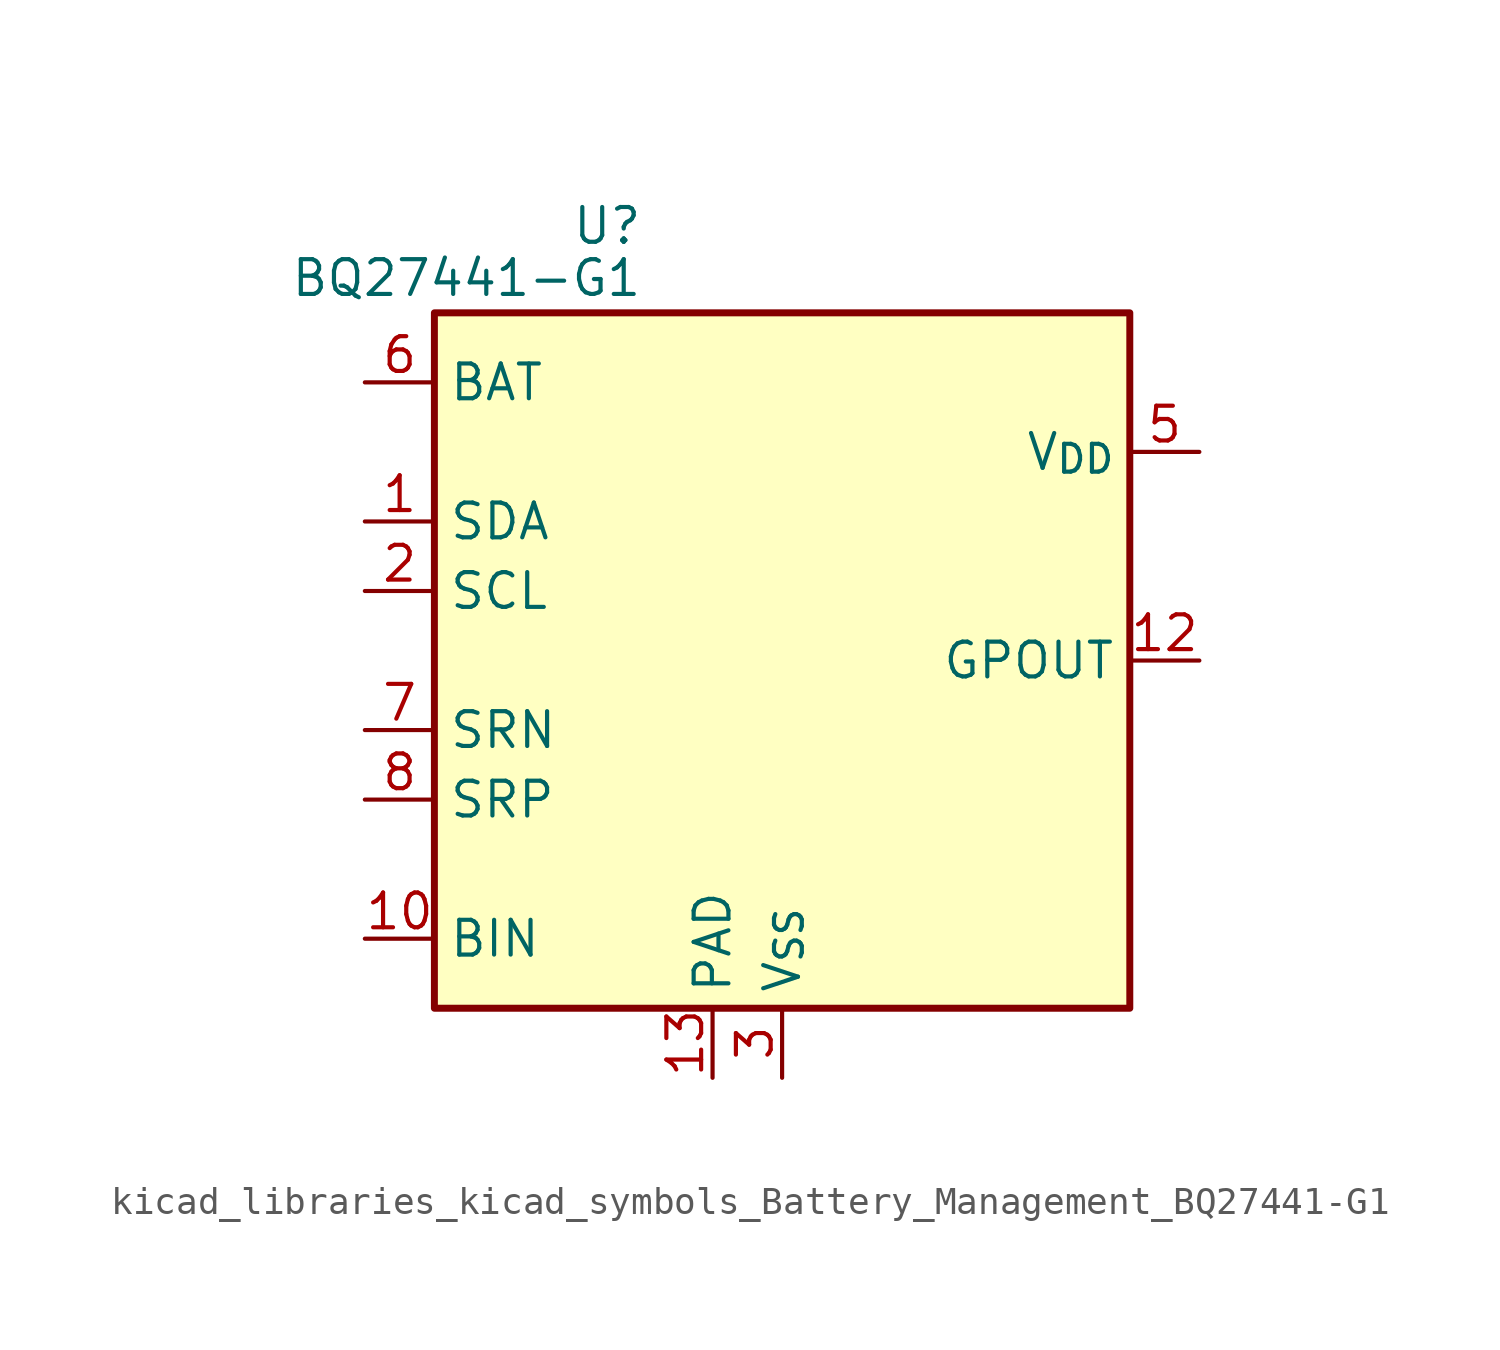
<source format=kicad_sym>
(kicad_symbol_lib
  (version 20220914)
  (generator kicad_symbol_editor)
  (symbol "kicad_libraries_kicad_symbols_Battery_Management_BQ27441-G1"
    (property "Reference" "U"
      (at -5.08 15.875 0)
      (effects (font (size 1.27 1.27)) (justify right)))
    (property "Value" "BQ27441-G1"
      (at -5.08 13.97 0)
      (effects (font (size 1.27 1.27)) (justify right)))
    (symbol "kicad_libraries_kicad_symbols_Battery_Management_BQ27441-G1_0_1"
      (rectangle (start -12.7 12.7) (end 12.7 -12.7) (stroke (width 0.254) (type default)) (fill (type background))))
    (symbol "kicad_libraries_kicad_symbols_Battery_Management_BQ27441-G1_1_1"
      (pin bidirectional line (at -15.24 5.08 0) (length 2.54) (name "SDA" (effects (font (size 1.27 1.27)))) (number "1" (effects (font (size 1.27 1.27)))))
      (pin input line (at -15.24 -10.16 0) (length 2.54) (name "BIN" (effects (font (size 1.27 1.27)))) (number "10" (effects (font (size 1.27 1.27)))))
      (pin no_connect line (at 10.16 -2.54 180) (length 2.54) hide (name "NC" (effects (font (size 1.27 1.27)))) (number "11" (effects (font (size 1.27 1.27)))))
      (pin output line (at 15.24 0 180) (length 2.54) (name "GPOUT" (effects (font (size 1.27 1.27)))) (number "12" (effects (font (size 1.27 1.27)))))
      (pin power_in line (at -2.54 -15.24 90) (length 2.54) (name "PAD" (effects (font (size 1.27 1.27)))) (number "13" (effects (font (size 1.27 1.27)))))
      (pin input line (at -15.24 2.54 0) (length 2.54) (name "SCL" (effects (font (size 1.27 1.27)))) (number "2" (effects (font (size 1.27 1.27)))))
      (pin power_in line (at 0 -15.24 90) (length 2.54) (name "V_{SS}" (effects (font (size 1.27 1.27)))) (number "3" (effects (font (size 1.27 1.27)))))
      (pin no_connect line (at 10.16 -7.62 180) (length 2.54) hide (name "NC" (effects (font (size 1.27 1.27)))) (number "4" (effects (font (size 1.27 1.27)))))
      (pin power_out line (at 15.24 7.62 180) (length 2.54) (name "V_{DD}" (effects (font (size 1.27 1.27)))) (number "5" (effects (font (size 1.27 1.27)))))
      (pin power_in line (at -15.24 10.16 0) (length 2.54) (name "BAT" (effects (font (size 1.27 1.27)))) (number "6" (effects (font (size 1.27 1.27)))))
      (pin input line (at -15.24 -2.54 0) (length 2.54) (name "SRN" (effects (font (size 1.27 1.27)))) (number "7" (effects (font (size 1.27 1.27)))))
      (pin input line (at -15.24 -5.08 0) (length 2.54) (name "SRP" (effects (font (size 1.27 1.27)))) (number "8" (effects (font (size 1.27 1.27)))))
      (pin no_connect line (at 10.16 -5.08 180) (length 2.54) hide (name "NC" (effects (font (size 1.27 1.27)))) (number "9" (effects (font (size 1.27 1.27))))))))
</source>
